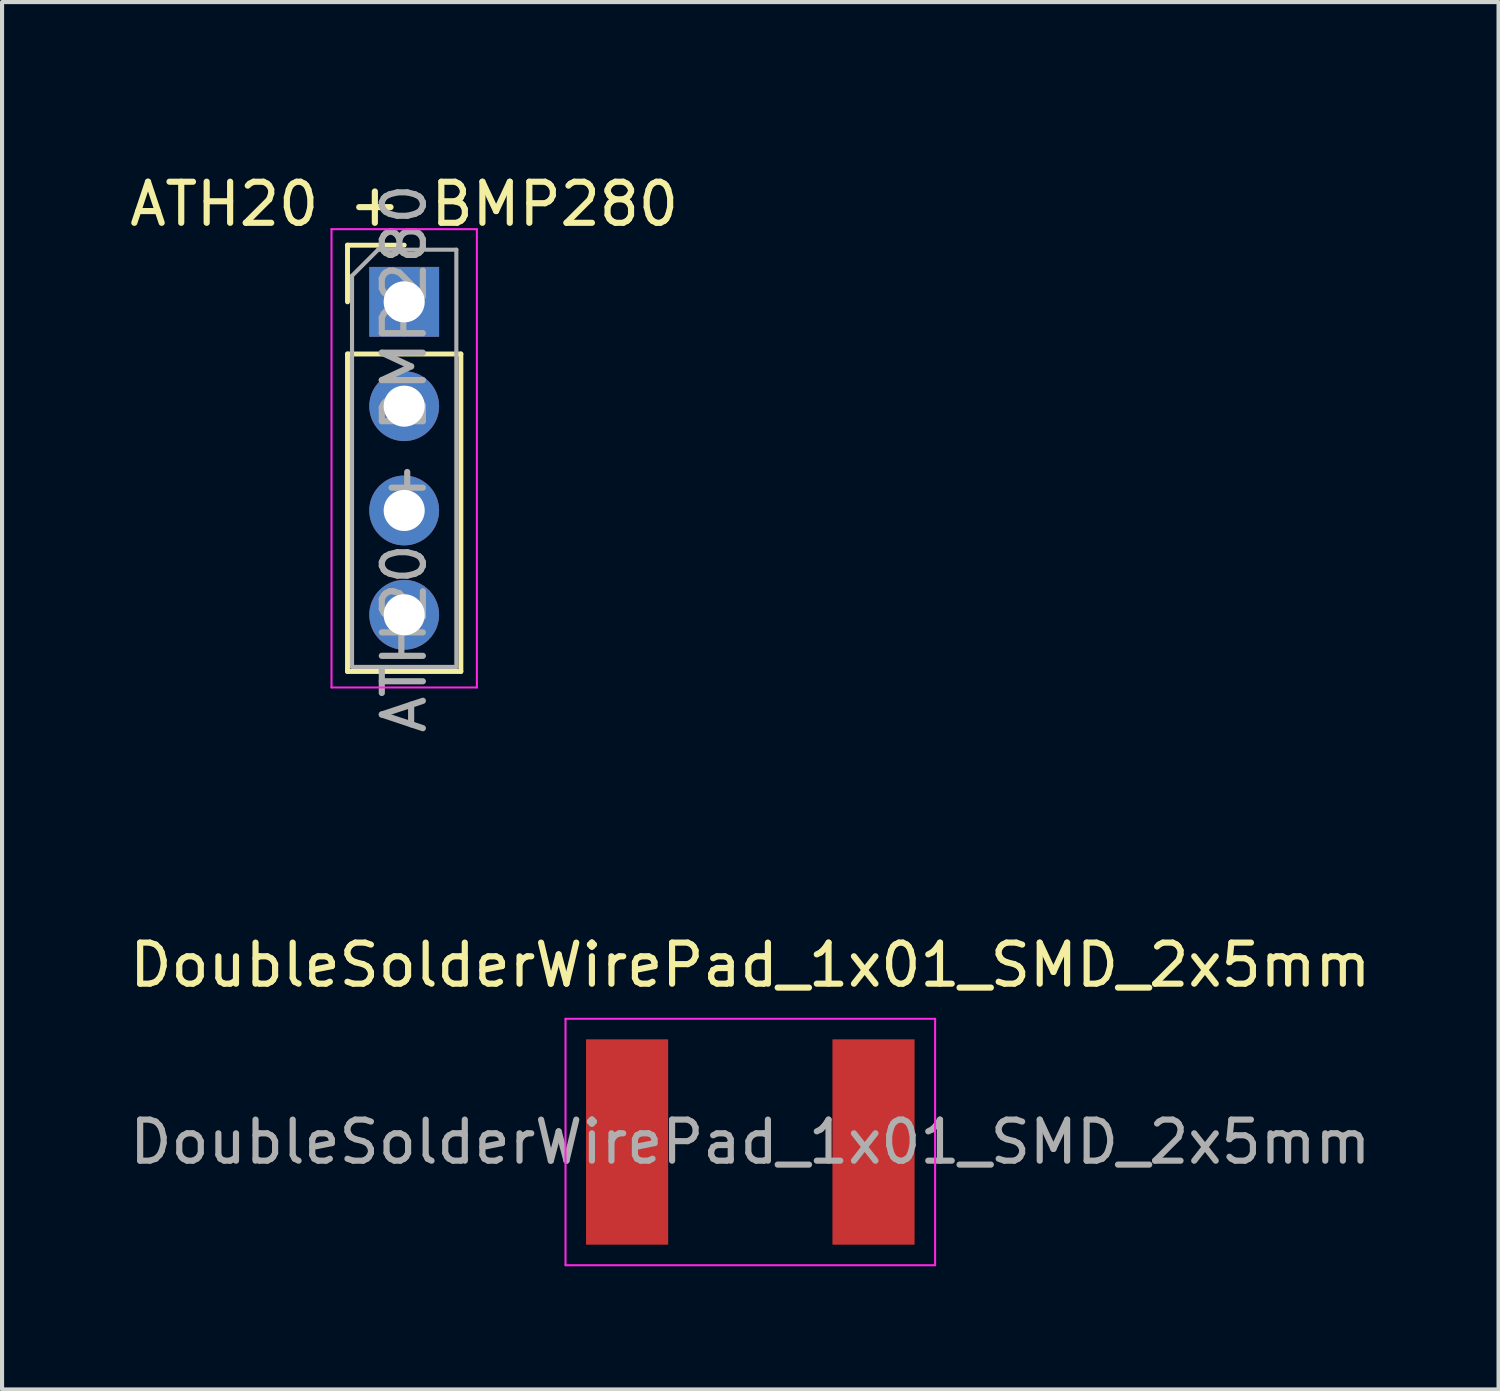
<source format=kicad_pcb>
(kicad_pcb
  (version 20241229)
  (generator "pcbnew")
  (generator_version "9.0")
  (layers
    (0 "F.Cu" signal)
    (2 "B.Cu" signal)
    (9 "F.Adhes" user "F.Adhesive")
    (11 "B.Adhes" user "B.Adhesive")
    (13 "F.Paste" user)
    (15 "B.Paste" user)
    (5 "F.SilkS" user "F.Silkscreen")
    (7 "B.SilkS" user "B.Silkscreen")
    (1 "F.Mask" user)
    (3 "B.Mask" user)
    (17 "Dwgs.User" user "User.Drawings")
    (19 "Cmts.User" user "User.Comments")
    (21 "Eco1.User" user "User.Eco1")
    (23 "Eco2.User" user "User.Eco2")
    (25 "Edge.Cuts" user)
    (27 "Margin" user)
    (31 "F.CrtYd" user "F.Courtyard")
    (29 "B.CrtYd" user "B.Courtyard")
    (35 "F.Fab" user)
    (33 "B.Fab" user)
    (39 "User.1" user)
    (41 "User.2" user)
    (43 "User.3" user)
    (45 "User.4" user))
  (footprint "DoubleSolderWirePad_1x01_SMD_2x5mm"
    (layer "F.Cu")
    (at 15.22 24.758)
    (property "Reference" "DoubleSolderWirePad_1x01_SMD_2x5mm" (at 0 -4.31 0) (layer "F.SilkS") (effects (font (size 1 1) (thickness 0.15))))
    (attr smd exclude_from_pos_files exclude_from_bom)
    (fp_line (start -4.5 -3) (end -4.5 3) (stroke (width 0.05) (type solid)) (layer "F.CrtYd"))
    (fp_line (start -4.5 3) (end 4.5 3) (stroke (width 0.05) (type solid)) (layer "F.CrtYd"))
    (fp_line (start 4.5 -3) (end -4.5 -3) (stroke (width 0.05) (type solid)) (layer "F.CrtYd"))
    (fp_line (start 4.5 3) (end 4.5 -3) (stroke (width 0.05) (type solid)) (layer "F.CrtYd"))
    (fp_text user "${REFERENCE}" (at 0 0 0) (layer "F.Fab") (effects (font (size 1 1) (thickness 0.15))))
    (pad "1" smd rect (at -3 0) (size 2 5) (layers "F.Cu" "F.Mask" "F.Paste"))
    (pad "2" smd rect (at 3 0) (size 2 5) (layers "F.Cu" "F.Mask" "F.Paste")))
  (footprint "ATH20 + BMP280"
    (layer "F.Cu")
    (at 6.792 4.3)
    (property "Reference" "ATH20 + BMP280" (at 0 -2.38 0) (layer "F.SilkS") (effects (font (size 1 1) (thickness 0.15))))
    (attr through_hole)
    (fp_line (start -1.38 -1.38) (end 0 -1.38) (stroke (width 0.12) (type solid)) (layer "F.SilkS"))
    (fp_line (start -1.38 0) (end -1.38 -1.38) (stroke (width 0.12) (type solid)) (layer "F.SilkS"))
    (fp_line (start -1.38 1.27) (end -1.38 9) (stroke (width 0.12) (type solid)) (layer "F.SilkS"))
    (fp_line (start -1.38 1.27) (end 1.38 1.27) (stroke (width 0.12) (type solid)) (layer "F.SilkS"))
    (fp_line (start -1.38 9) (end 1.38 9) (stroke (width 0.12) (type solid)) (layer "F.SilkS"))
    (fp_line (start 1.38 1.27) (end 1.38 9) (stroke (width 0.12) (type solid)) (layer "F.SilkS"))
    (fp_rect (start -1.75 -4.25) (end 14.75 12.25) (stroke (width 0.1) (type default)) (fill no) (layer "Margin"))
    (fp_line (start -1.77 -1.77) (end -1.77 9.39) (stroke (width 0.05) (type solid)) (layer "F.CrtYd"))
    (fp_line (start -1.77 9.39) (end 1.77 9.39) (stroke (width 0.05) (type solid)) (layer "F.CrtYd"))
    (fp_line (start 1.77 -1.77) (end -1.77 -1.77) (stroke (width 0.05) (type solid)) (layer "F.CrtYd"))
    (fp_line (start 1.77 9.39) (end 1.77 -1.77) (stroke (width 0.05) (type solid)) (layer "F.CrtYd"))
    (fp_line (start -1.27 -0.635) (end -0.635 -1.27) (stroke (width 0.1) (type solid)) (layer "F.Fab"))
    (fp_line (start -1.27 8.89) (end -1.27 -0.635) (stroke (width 0.1) (type solid)) (layer "F.Fab"))
    (fp_line (start -0.635 -1.27) (end 1.27 -1.27) (stroke (width 0.1) (type solid)) (layer "F.Fab"))
    (fp_line (start 1.27 -1.27) (end 1.27 8.89) (stroke (width 0.1) (type solid)) (layer "F.Fab"))
    (fp_line (start 1.27 8.89) (end -1.27 8.89) (stroke (width 0.1) (type solid)) (layer "F.Fab"))
    (fp_text user "${REFERENCE}" (at 0 3.81 90) (layer "F.Fab") (effects (font (size 1 1) (thickness 0.15))))
    (pad "1" thru_hole rect (at 0 0) (size 1.7 1.7) (drill 1) (layers "*.Cu" "*.Mask"))
    (pad "2" thru_hole circle (at 0 2.54) (size 1.7 1.7) (drill 1) (layers "*.Cu" "*.Mask"))
    (pad "3" thru_hole circle (at 0 5.08) (size 1.7 1.7) (drill 1) (layers "*.Cu" "*.Mask"))
    (pad "4" thru_hole circle (at 0 7.62) (size 1.7 1.7) (drill 1) (layers "*.Cu" "*.Mask")))
  (gr_rect
    (start -3 -3)
    (end 33.44 30.783)
    (stroke (width 0.1) (type default))
    (fill no)
    (layer "Edge.Cuts")))
</source>
